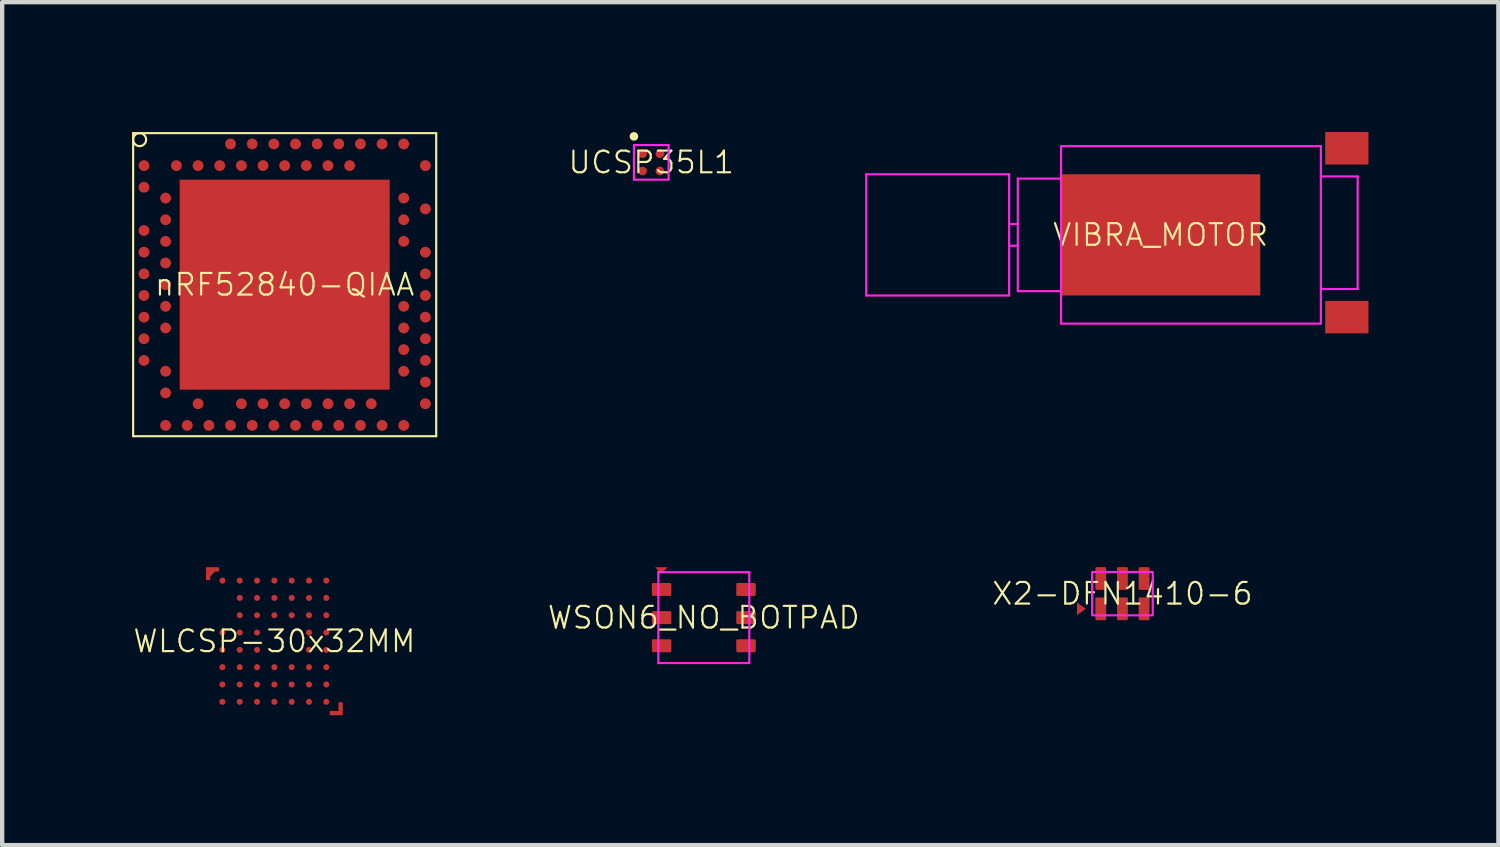
<source format=kicad_pcb>
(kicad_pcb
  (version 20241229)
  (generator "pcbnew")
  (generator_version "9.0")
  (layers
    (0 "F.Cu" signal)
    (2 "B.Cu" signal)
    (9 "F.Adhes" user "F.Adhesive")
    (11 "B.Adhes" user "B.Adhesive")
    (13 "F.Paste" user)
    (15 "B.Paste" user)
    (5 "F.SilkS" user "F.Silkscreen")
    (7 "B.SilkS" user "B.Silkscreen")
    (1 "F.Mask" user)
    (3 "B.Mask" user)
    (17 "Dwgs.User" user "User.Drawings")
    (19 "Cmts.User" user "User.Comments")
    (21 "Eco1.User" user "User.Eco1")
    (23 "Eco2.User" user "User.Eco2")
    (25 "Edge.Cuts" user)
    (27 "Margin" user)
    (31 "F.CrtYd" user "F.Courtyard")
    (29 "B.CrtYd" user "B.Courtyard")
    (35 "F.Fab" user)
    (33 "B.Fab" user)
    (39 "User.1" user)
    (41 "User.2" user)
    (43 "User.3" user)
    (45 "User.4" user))
  (footprint "VIBRA_MOTOR"
    (layer "F.Cu")
    (at 23.758 2.375)
    (property "Reference" "VIBRA_MOTOR" (at 0 0 0) (layer "F.SilkS") (effects (font (size 0.5 0.5) (thickness 0.05))))
    (attr through_hole)
    (fp_line (start -6.8 -1.4) (end -6.8 1.4) (stroke (width 0.05) (type solid)) (layer "F.CrtYd"))
    (fp_line (start -3.5 -1.4) (end -6.8 -1.4) (stroke (width 0.05) (type solid)) (layer "F.CrtYd"))
    (fp_line (start -3.5 -1.4) (end -3.5 1.4) (stroke (width 0.05) (type solid)) (layer "F.CrtYd"))
    (fp_line (start -3.5 1.4) (end -6.8 1.4) (stroke (width 0.05) (type solid)) (layer "F.CrtYd"))
    (fp_line (start -3.3 -1.3) (end -3.3 1.3) (stroke (width 0.05) (type solid)) (layer "F.CrtYd"))
    (fp_line (start -3.3 -0.25) (end -3.5 -0.25) (stroke (width 0.05) (type solid)) (layer "F.CrtYd"))
    (fp_line (start -3.3 0.25) (end -3.5 0.25) (stroke (width 0.05) (type solid)) (layer "F.CrtYd"))
    (fp_line (start -2.3 -2.05) (end -2.3 2.05) (stroke (width 0.05) (type solid)) (layer "F.CrtYd"))
    (fp_line (start -2.3 -1.3) (end -3.3 -1.3) (stroke (width 0.05) (type solid)) (layer "F.CrtYd"))
    (fp_line (start -2.3 1.3) (end -3.3 1.3) (stroke (width 0.05) (type solid)) (layer "F.CrtYd"))
    (fp_line (start -2.3 2.05) (end 3.7 2.05) (stroke (width 0.05) (type solid)) (layer "F.CrtYd"))
    (fp_line (start 3.7 -2.05) (end -2.3 -2.05) (stroke (width 0.05) (type solid)) (layer "F.CrtYd"))
    (fp_line (start 3.7 2.05) (end 3.7 -2.05) (stroke (width 0.05) (type solid)) (layer "F.CrtYd"))
    (fp_line (start 4.55 -1.35) (end 3.7 -1.35) (stroke (width 0.05) (type solid)) (layer "F.CrtYd"))
    (fp_line (start 4.55 -1.35) (end 4.55 1.25) (stroke (width 0.05) (type solid)) (layer "F.CrtYd"))
    (fp_line (start 4.55 1.25) (end 3.7 1.25) (stroke (width 0.05) (type solid)) (layer "F.CrtYd"))
    (pad "1" smd rect (at 4.3 -2) (size 1 0.75) (layers "F.Cu" "F.Mask" "F.Paste"))
    (pad "2" smd rect (at 4.3 1.9) (size 1 0.75) (layers "F.Cu" "F.Mask" "F.Paste"))
    (pad "~" smd rect (at 0 0) (size 4.6 2.8) (layers "F.Cu" "F.Mask" "F.Paste")))
  (footprint "WSON6_NO_BOTPAD"
    (layer "F.Cu")
    (at 13.206 11.215)
    (property "Reference" "WSON6_NO_BOTPAD" (at 0 0 0) (layer "F.SilkS") (effects (font (size 0.5 0.5) (thickness 0.05))))
    (attr through_hole)
    (fp_line (start -1.05 -1.05) (end -1.05 1.05) (stroke (width 0.05) (type solid)) (layer "F.CrtYd"))
    (fp_line (start -1.05 1.05) (end 1.05 1.05) (stroke (width 0.05) (type solid)) (layer "F.CrtYd"))
    (fp_line (start 1.05 -1.05) (end -1.05 -1.05) (stroke (width 0.05) (type solid)) (layer "F.CrtYd"))
    (fp_line (start 1.05 1.05) (end 1.05 -1.05) (stroke (width 0.05) (type solid)) (layer "F.CrtYd"))
    (pad "1" smd roundrect (at -0.975 -0.65) (size 0.45 0.3) (layers "F.Cu" "F.Mask" "F.Paste") (roundrect_rratio 0.1))
    (pad "2" smd roundrect (at -0.975 0) (size 0.45 0.3) (layers "F.Cu" "F.Mask" "F.Paste") (roundrect_rratio 0.1))
    (pad "3" smd roundrect (at -0.975 0.65) (size 0.45 0.3) (layers "F.Cu" "F.Mask" "F.Paste") (roundrect_rratio 0.1))
    (pad "4" smd roundrect (at 0.975 0.65) (size 0.45 0.3) (layers "F.Cu" "F.Mask" "F.Paste") (roundrect_rratio 0.1))
    (pad "5" smd roundrect (at 0.975 0) (size 0.45 0.3) (layers "F.Cu" "F.Mask" "F.Paste") (roundrect_rratio 0.1))
    (pad "6" smd roundrect (at 0.975 -0.65) (size 0.45 0.3) (layers "F.Cu" "F.Mask" "F.Paste") (roundrect_rratio 0.1))
    (pad "~" smd trapezoid (at -0.98 -1.09 180) (size 0.15 0.15) (rect_delta 0 0.145) (layers "F.Cu" "F.Mask")))
  (footprint "UCSP35L1"
    (layer "F.Cu")
    (at 11.992 0.7)
    (property "Reference" "UCSP35L1" (at 0 0 0) (layer "F.SilkS") (effects (font (size 0.5 0.5) (thickness 0.05))))
    (attr through_hole)
    (fp_circle (center -0.4 -0.6) (end -0.4 -0.55) (stroke (width 0.1) (type solid)) (fill no) (layer "F.SilkS"))
    (fp_line (start -0.4 -0.4) (end -0.4 0.4) (stroke (width 0.05) (type solid)) (layer "F.CrtYd"))
    (fp_line (start -0.4 0.4) (end 0.4 0.4) (stroke (width 0.05) (type solid)) (layer "F.CrtYd"))
    (fp_line (start 0.4 -0.4) (end -0.4 -0.4) (stroke (width 0.05) (type solid)) (layer "F.CrtYd"))
    (fp_line (start 0.4 0.4) (end 0.4 -0.4) (stroke (width 0.05) (type solid)) (layer "F.CrtYd"))
    (pad "A1" smd circle (at -0.2 -0.2) (size 0.2 0.2) (layers "F.Cu" "F.Mask" "F.Paste"))
    (pad "A2" smd circle (at 0.2 -0.2) (size 0.2 0.2) (layers "F.Cu" "F.Mask" "F.Paste"))
    (pad "B1" smd circle (at -0.2 0.2) (size 0.2 0.2) (layers "F.Cu" "F.Mask" "F.Paste"))
    (pad "B2" smd circle (at 0.2 0.2) (size 0.2 0.2) (layers "F.Cu" "F.Mask" "F.Paste")))
  (footprint "X2-DFN1410-6"
    (layer "F.Cu")
    (at 22.875 10.662)
    (property "Reference" "X2-DFN1410-6" (at 0 0 0) (unlocked yes) (layer "F.SilkS") (effects (font (size 0.5 0.5) (thickness 0.05))))
    (attr through_hole)
    (fp_rect (start -0.7 -0.5) (end 0.7 0.5) (stroke (width 0.05) (type solid)) (fill no) (layer "F.CrtYd"))
    (pad "1" smd roundrect (at -0.5 0.35) (size 0.25 0.525) (layers "F.Cu" "F.Mask" "F.Paste") (roundrect_rratio 0.1))
    (pad "2" smd roundrect (at 0 0.35) (size 0.25 0.525) (layers "F.Cu" "F.Mask" "F.Paste") (roundrect_rratio 0.1))
    (pad "3" smd roundrect (at 0.5 0.35) (size 0.25 0.525) (layers "F.Cu" "F.Mask" "F.Paste") (roundrect_rratio 0.1))
    (pad "4" smd roundrect (at 0.5 -0.35) (size 0.25 0.525) (layers "F.Cu" "F.Mask" "F.Paste") (roundrect_rratio 0.1))
    (pad "5" smd roundrect (at 0 -0.35) (size 0.25 0.525) (layers "F.Cu" "F.Mask" "F.Paste") (roundrect_rratio 0.1))
    (pad "6" smd roundrect (at -0.5 -0.35) (size 0.25 0.525) (layers "F.Cu" "F.Mask" "F.Paste") (roundrect_rratio 0.1))
    (pad "~" smd trapezoid (at -0.95 0.35) (size 0.2 0.15) (rect_delta 0.14 0) (layers "F.Cu" "F.Mask")))
  (footprint "nRF52840-QIAA"
    (layer "F.Cu")
    (at 3.525 3.525)
    (property "Reference" "nRF52840-QIAA" (at 0 0 0) (layer "F.SilkS") (effects (font (size 0.5 0.5) (thickness 0.05))))
    (attr through_hole)
    (fp_line (start -3.5 -3.5) (end 3.5 -3.5) (stroke (width 0.05) (type solid)) (layer "F.SilkS"))
    (fp_line (start -3.5 3.5) (end -3.5 -3.5) (stroke (width 0.05) (type solid)) (layer "F.SilkS"))
    (fp_line (start 3.5 -3.5) (end 3.5 3.5) (stroke (width 0.05) (type solid)) (layer "F.SilkS"))
    (fp_line (start 3.5 3.5) (end -3.5 3.5) (stroke (width 0.05) (type solid)) (layer "F.SilkS"))
    (fp_circle (center -3.35 -3.35) (end -3.35 -3.2) (stroke (width 0.05) (type solid)) (fill no) (layer "F.SilkS"))
    (pad "1" smd rect (at 0 0) (size 4.85 4.85) (layers "F.Cu" "F.Mask"))
    (pad "20" smd circle (at 2.25 -3.25) (size 0.25 0.25) (layers "F.Cu" "F.Mask" "F.Paste"))
    (pad "A8" smd circle (at -1.25 -3.25) (size 0.25 0.25) (layers "F.Cu" "F.Mask" "F.Paste"))
    (pad "A10" smd circle (at -0.75 -3.25) (size 0.25 0.25) (layers "F.Cu" "F.Mask" "F.Paste"))
    (pad "A12" smd circle (at -0.25 -3.25) (size 0.25 0.25) (layers "F.Cu" "F.Mask" "F.Paste"))
    (pad "A14" smd circle (at 0.25 -3.25) (size 0.25 0.25) (layers "F.Cu" "F.Mask" "F.Paste"))
    (pad "A18" smd circle (at 0.75 -3.25) (size 0.25 0.25) (layers "F.Cu" "F.Mask" "F.Paste"))
    (pad "A20" smd circle (at 1.25 -3.25) (size 0.25 0.25) (layers "F.Cu" "F.Mask" "F.Paste"))
    (pad "A22" smd circle (at 1.75 -3.25) (size 0.25 0.25) (layers "F.Cu" "F.Mask" "F.Paste"))
    (pad "A23" smd circle (at 2.75 -3.25) (size 0.25 0.25) (layers "F.Cu" "F.Mask" "F.Paste"))
    (pad "AA24" smd circle (at 3.25 2.25) (size 0.25 0.25) (layers "F.Cu" "F.Mask" "F.Paste"))
    (pad "AB2" smd circle (at -2.75 2.5) (size 0.25 0.25) (layers "F.Cu" "F.Mask" "F.Paste"))
    (pad "AC5" smd circle (at -2 2.75) (size 0.25 0.25) (layers "F.Cu" "F.Mask" "F.Paste"))
    (pad "AC9" smd circle (at -1 2.75) (size 0.25 0.25) (layers "F.Cu" "F.Mask" "F.Paste"))
    (pad "AC11" smd circle (at -0.5 2.75) (size 0.25 0.25) (layers "F.Cu" "F.Mask" "F.Paste"))
    (pad "AC13" smd circle (at 0 2.75) (size 0.25 0.25) (layers "F.Cu" "F.Mask" "F.Paste"))
    (pad "AC15" smd circle (at 0.5 2.75) (size 0.25 0.25) (layers "F.Cu" "F.Mask" "F.Paste"))
    (pad "AC17" smd circle (at 1 2.75) (size 0.25 0.25) (layers "F.Cu" "F.Mask" "F.Paste"))
    (pad "AC19" smd circle (at 1.5 2.75) (size 0.25 0.25) (layers "F.Cu" "F.Mask" "F.Paste"))
    (pad "AC21" smd circle (at 2 2.75) (size 0.25 0.25) (layers "F.Cu" "F.Mask" "F.Paste"))
    (pad "AC24" smd circle (at 3.25 2.75) (size 0.25 0.25) (layers "F.Cu" "F.Mask" "F.Paste"))
    (pad "AD2" smd circle (at -2.75 3.25) (size 0.25 0.25) (layers "F.Cu" "F.Mask" "F.Paste"))
    (pad "AD4" smd circle (at -2.25 3.25) (size 0.25 0.25) (layers "F.Cu" "F.Mask" "F.Paste"))
    (pad "AD6" smd circle (at -1.75 3.25) (size 0.25 0.25) (layers "F.Cu" "F.Mask" "F.Paste"))
    (pad "AD8" smd circle (at -1.25 3.25) (size 0.25 0.25) (layers "F.Cu" "F.Mask" "F.Paste"))
    (pad "AD10" smd circle (at -0.75 3.25) (size 0.25 0.25) (layers "F.Cu" "F.Mask" "F.Paste"))
    (pad "AD12" smd circle (at -0.25 3.25) (size 0.25 0.25) (layers "F.Cu" "F.Mask" "F.Paste"))
    (pad "AD14" smd circle (at 0.25 3.25) (size 0.25 0.25) (layers "F.Cu" "F.Mask" "F.Paste"))
    (pad "AD16" smd circle (at 0.75 3.25) (size 0.25 0.25) (layers "F.Cu" "F.Mask" "F.Paste"))
    (pad "AD18" smd circle (at 1.25 3.25) (size 0.25 0.25) (layers "F.Cu" "F.Mask" "F.Paste"))
    (pad "AD20" smd circle (at 1.75 3.25) (size 0.25 0.25) (layers "F.Cu" "F.Mask" "F.Paste"))
    (pad "AD22" smd circle (at 2.25 3.25) (size 0.25 0.25) (layers "F.Cu" "F.Mask" "F.Paste"))
    (pad "AD23" smd circle (at 2.75 3.25) (size 0.25 0.25) (layers "F.Cu" "F.Mask" "F.Paste"))
    (pad "B1" smd circle (at -3.25 -2.75) (size 0.25 0.25) (layers "F.Cu" "F.Mask" "F.Paste"))
    (pad "B3" smd circle (at -2.5 -2.75) (size 0.25 0.25) (layers "F.Cu" "F.Mask" "F.Paste"))
    (pad "B5" smd circle (at -2 -2.75) (size 0.25 0.25) (layers "F.Cu" "F.Mask" "F.Paste"))
    (pad "B7" smd circle (at -1.5 -2.75) (size 0.25 0.25) (layers "F.Cu" "F.Mask" "F.Paste"))
    (pad "B9" smd circle (at -1 -2.75) (size 0.25 0.25) (layers "F.Cu" "F.Mask" "F.Paste"))
    (pad "B11" smd circle (at -0.5 -2.75) (size 0.25 0.25) (layers "F.Cu" "F.Mask" "F.Paste"))
    (pad "B13" smd circle (at 0 -2.75) (size 0.25 0.25) (layers "F.Cu" "F.Mask" "F.Paste"))
    (pad "B15" smd circle (at 0.5 -2.75) (size 0.25 0.25) (layers "F.Cu" "F.Mask" "F.Paste"))
    (pad "B17" smd circle (at 1 -2.75) (size 0.25 0.25) (layers "F.Cu" "F.Mask" "F.Paste"))
    (pad "B19" smd circle (at 1.5 -2.75) (size 0.25 0.25) (layers "F.Cu" "F.Mask" "F.Paste"))
    (pad "B24" smd circle (at 3.25 -2.75) (size 0.25 0.25) (layers "F.Cu" "F.Mask" "F.Paste"))
    (pad "C1" smd circle (at -3.25 -2.25) (size 0.25 0.25) (layers "F.Cu" "F.Mask" "F.Paste"))
    (pad "D2" smd circle (at -2.75 -2) (size 0.25 0.25) (layers "F.Cu" "F.Mask" "F.Paste"))
    (pad "D23" smd circle (at 2.75 -2) (size 0.25 0.25) (layers "F.Cu" "F.Mask" "F.Paste"))
    (pad "E24" smd circle (at 3.25 -1.75) (size 0.25 0.25) (layers "F.Cu" "F.Mask" "F.Paste"))
    (pad "F2" smd circle (at -2.75 -1.5) (size 0.25 0.25) (layers "F.Cu" "F.Mask" "F.Paste"))
    (pad "F23" smd circle (at 2.75 -1.5) (size 0.25 0.25) (layers "F.Cu" "F.Mask" "F.Paste"))
    (pad "G1" smd circle (at -3.25 -1.25) (size 0.25 0.25) (layers "F.Cu" "F.Mask" "F.Paste"))
    (pad "H2" smd circle (at -2.75 -1) (size 0.25 0.25) (layers "F.Cu" "F.Mask" "F.Paste"))
    (pad "H23" smd circle (at 2.75 -1) (size 0.25 0.25) (layers "F.Cu" "F.Mask" "F.Paste"))
    (pad "J1" smd circle (at -3.25 -0.75) (size 0.25 0.25) (layers "F.Cu" "F.Mask" "F.Paste"))
    (pad "J24" smd circle (at 3.25 -0.75) (size 0.25 0.25) (layers "F.Cu" "F.Mask" "F.Paste"))
    (pad "K2" smd circle (at -2.75 -0.5) (size 0.25 0.25) (layers "F.Cu" "F.Mask" "F.Paste"))
    (pad "L1" smd circle (at -3.25 -0.25) (size 0.25 0.25) (layers "F.Cu" "F.Mask" "F.Paste"))
    (pad "L24" smd circle (at 3.25 -0.25) (size 0.25 0.25) (layers "F.Cu" "F.Mask" "F.Paste"))
    (pad "M2" smd circle (at -2.75 0) (size 0.25 0.25) (layers "F.Cu" "F.Mask" "F.Paste"))
    (pad "N1" smd circle (at -3.25 0.25) (size 0.25 0.25) (layers "F.Cu" "F.Mask" "F.Paste"))
    (pad "N24" smd circle (at 3.25 0.25) (size 0.25 0.25) (layers "F.Cu" "F.Mask" "F.Paste"))
    (pad "P2" smd circle (at -2.75 0.5) (size 0.25 0.25) (layers "F.Cu" "F.Mask" "F.Paste"))
    (pad "P23" smd circle (at 2.75 0.5) (size 0.25 0.25) (layers "F.Cu" "F.Mask" "F.Paste"))
    (pad "R1" smd circle (at -3.25 0.75) (size 0.25 0.25) (layers "F.Cu" "F.Mask" "F.Paste"))
    (pad "R24" smd circle (at 3.25 0.75) (size 0.25 0.25) (layers "F.Cu" "F.Mask" "F.Paste"))
    (pad "T2" smd circle (at -2.75 1) (size 0.25 0.25) (layers "F.Cu" "F.Mask" "F.Paste"))
    (pad "T23" smd circle (at 2.75 1) (size 0.25 0.25) (layers "F.Cu" "F.Mask" "F.Paste"))
    (pad "U1" smd circle (at -3.25 1.25) (size 0.25 0.25) (layers "F.Cu" "F.Mask" "F.Paste"))
    (pad "U24" smd circle (at 3.25 1.25) (size 0.25 0.25) (layers "F.Cu" "F.Mask" "F.Paste"))
    (pad "V23" smd circle (at 2.75 1.5) (size 0.25 0.25) (layers "F.Cu" "F.Mask" "F.Paste"))
    (pad "W1" smd circle (at -3.25 1.75) (size 0.25 0.25) (layers "F.Cu" "F.Mask" "F.Paste"))
    (pad "W24" smd circle (at 3.25 1.75) (size 0.25 0.25) (layers "F.Cu" "F.Mask" "F.Paste"))
    (pad "Y2" smd circle (at -2.75 2) (size 0.25 0.25) (layers "F.Cu" "F.Mask" "F.Paste"))
    (pad "Y23" smd circle (at 2.75 2) (size 0.25 0.25) (layers "F.Cu" "F.Mask" "F.Paste")))
  (footprint "WLCSP-30x32MM"
    (layer "F.Cu")
    (at 3.287 11.76)
    (property "Reference" "WLCSP-30x32MM" (at 0 0 0) (layer "F.SilkS") (effects (font (size 0.5 0.5) (thickness 0.05))))
    (attr through_hole)
    (pad "A1" smd circle (at -1.2 -1.4) (size 0.14 0.14) (layers "F.Cu" "F.Mask" "F.Paste"))
    (pad "A2" smd circle (at -0.8 -1.4) (size 0.14 0.14) (layers "F.Cu" "F.Mask" "F.Paste"))
    (pad "A3" smd circle (at -0.4 -1.4) (size 0.14 0.14) (layers "F.Cu" "F.Mask" "F.Paste"))
    (pad "A4" smd circle (at 0 -1.4) (size 0.14 0.14) (layers "F.Cu" "F.Mask" "F.Paste"))
    (pad "A5" smd circle (at 0.4 -1.4) (size 0.14 0.14) (layers "F.Cu" "F.Mask" "F.Paste"))
    (pad "A6" smd circle (at 0.8 -1.4) (size 0.14 0.14) (layers "F.Cu" "F.Mask" "F.Paste"))
    (pad "A7" smd circle (at 1.2 -1.4) (size 0.14 0.14) (layers "F.Cu" "F.Mask" "F.Paste"))
    (pad "B2" smd circle (at -0.8 -1) (size 0.14 0.14) (layers "F.Cu" "F.Mask" "F.Paste"))
    (pad "B3" smd circle (at -0.4 -1) (size 0.14 0.14) (layers "F.Cu" "F.Mask" "F.Paste"))
    (pad "B4" smd circle (at 0 -1) (size 0.14 0.14) (layers "F.Cu" "F.Mask" "F.Paste"))
    (pad "B5" smd circle (at 0.4 -1) (size 0.14 0.14) (layers "F.Cu" "F.Mask" "F.Paste"))
    (pad "B6" smd circle (at 0.8 -1) (size 0.14 0.14) (layers "F.Cu" "F.Mask" "F.Paste"))
    (pad "B7" smd circle (at 1.2 -1) (size 0.14 0.14) (layers "F.Cu" "F.Mask" "F.Paste"))
    (pad "C2" smd circle (at -0.8 -0.6) (size 0.14 0.14) (layers "F.Cu" "F.Mask" "F.Paste"))
    (pad "C3" smd circle (at -0.4 -0.6) (size 0.14 0.14) (layers "F.Cu" "F.Mask" "F.Paste"))
    (pad "C4" smd circle (at 0 -0.6) (size 0.14 0.14) (layers "F.Cu" "F.Mask" "F.Paste"))
    (pad "C5" smd circle (at 0.4 -0.6) (size 0.14 0.14) (layers "F.Cu" "F.Mask" "F.Paste"))
    (pad "C6" smd circle (at 0.8 -0.6) (size 0.14 0.14) (layers "F.Cu" "F.Mask" "F.Paste"))
    (pad "C7" smd circle (at 1.2 -0.6) (size 0.14 0.14) (layers "F.Cu" "F.Mask" "F.Paste"))
    (pad "D1" smd circle (at -1.2 -0.2) (size 0.14 0.14) (layers "F.Cu" "F.Mask" "F.Paste"))
    (pad "D2" smd circle (at -0.8 -0.2) (size 0.14 0.14) (layers "F.Cu" "F.Mask" "F.Paste"))
    (pad "D3" smd circle (at -0.4 -0.2) (size 0.14 0.14) (layers "F.Cu" "F.Mask" "F.Paste"))
    (pad "D6" smd circle (at 0.8 -0.2) (size 0.14 0.14) (layers "F.Cu" "F.Mask" "F.Paste"))
    (pad "D7" smd circle (at 1.2 -0.2) (size 0.14 0.14) (layers "F.Cu" "F.Mask" "F.Paste"))
    (pad "E1" smd circle (at -1.2 0.2) (size 0.14 0.14) (layers "F.Cu" "F.Mask" "F.Paste"))
    (pad "E2" smd circle (at -0.8 0.2) (size 0.14 0.14) (layers "F.Cu" "F.Mask" "F.Paste"))
    (pad "E3" smd circle (at -0.4 0.2) (size 0.14 0.14) (layers "F.Cu" "F.Mask" "F.Paste"))
    (pad "E6" smd circle (at 0.8 0.2) (size 0.14 0.14) (layers "F.Cu" "F.Mask" "F.Paste"))
    (pad "E7" smd circle (at 1.2 0.2) (size 0.14 0.14) (layers "F.Cu" "F.Mask" "F.Paste"))
    (pad "F1" smd circle (at -1.2 0.6) (size 0.14 0.14) (layers "F.Cu" "F.Mask" "F.Paste"))
    (pad "F2" smd circle (at -0.8 0.6) (size 0.14 0.14) (layers "F.Cu" "F.Mask" "F.Paste"))
    (pad "F3" smd circle (at -0.4 0.6) (size 0.14 0.14) (layers "F.Cu" "F.Mask" "F.Paste"))
    (pad "F4" smd circle (at 0 0.6) (size 0.14 0.14) (layers "F.Cu" "F.Mask" "F.Paste"))
    (pad "F5" smd circle (at 0.4 0.6) (size 0.14 0.14) (layers "F.Cu" "F.Mask" "F.Paste"))
    (pad "F6" smd circle (at 0.8 0.6) (size 0.14 0.14) (layers "F.Cu" "F.Mask" "F.Paste"))
    (pad "F7" smd circle (at 1.2 0.6) (size 0.14 0.14) (layers "F.Cu" "F.Mask" "F.Paste"))
    (pad "G1" smd circle (at -1.2 1) (size 0.14 0.14) (layers "F.Cu" "F.Mask" "F.Paste"))
    (pad "G2" smd circle (at -0.8 1) (size 0.14 0.14) (layers "F.Cu" "F.Mask" "F.Paste"))
    (pad "G3" smd circle (at -0.4 1) (size 0.14 0.14) (layers "F.Cu" "F.Mask" "F.Paste"))
    (pad "G4" smd circle (at 0 1) (size 0.14 0.14) (layers "F.Cu" "F.Mask" "F.Paste"))
    (pad "G5" smd circle (at 0.4 1) (size 0.14 0.14) (layers "F.Cu" "F.Mask" "F.Paste"))
    (pad "G6" smd circle (at 0.8 1) (size 0.14 0.14) (layers "F.Cu" "F.Mask" "F.Paste"))
    (pad "G7" smd circle (at 1.2 1) (size 0.14 0.14) (layers "F.Cu" "F.Mask" "F.Paste"))
    (pad "H1" smd circle (at -1.2 1.4) (size 0.14 0.14) (layers "F.Cu" "F.Mask" "F.Paste"))
    (pad "H2" smd circle (at -0.8 1.4) (size 0.14 0.14) (layers "F.Cu" "F.Mask" "F.Paste"))
    (pad "H3" smd circle (at -0.4 1.4) (size 0.14 0.14) (layers "F.Cu" "F.Mask" "F.Paste"))
    (pad "H4" smd circle (at 0 1.4) (size 0.14 0.14) (layers "F.Cu" "F.Mask" "F.Paste"))
    (pad "H5" smd circle (at 0.4 1.4) (size 0.14 0.14) (layers "F.Cu" "F.Mask" "F.Paste"))
    (pad "H6" smd circle (at 0.8 1.4) (size 0.14 0.14) (layers "F.Cu" "F.Mask" "F.Paste"))
    (pad "H7" smd circle (at 1.2 1.4) (size 0.14 0.14) (layers "F.Cu" "F.Mask" "F.Paste"))
    (pad "~" smd rect (at -1.53 -1.51) (size 0.1 0.2) (layers "F.Cu" "F.Mask"))
    (pad "~" smd rect (at -1.46 -1.59 135) (size 0.1 0.2) (layers "F.Cu" "F.Mask" "F.Paste"))
    (pad "~" smd rect (at -1.43 -1.66 90) (size 0.1 0.3) (layers "F.Cu" "F.Mask"))
    (pad "~" smd rect (at 1.43 1.66 270) (size 0.1 0.3) (layers "F.Cu" "F.Mask"))
    (pad "~" smd rect (at 1.53 1.51 180) (size 0.1 0.2) (layers "F.Cu" "F.Mask")))
  (gr_rect
    (start -3 -3)
    (end 31.558 16.47)
    (stroke (width 0.1) (type default))
    (fill no)
    (layer "Edge.Cuts")))
</source>
